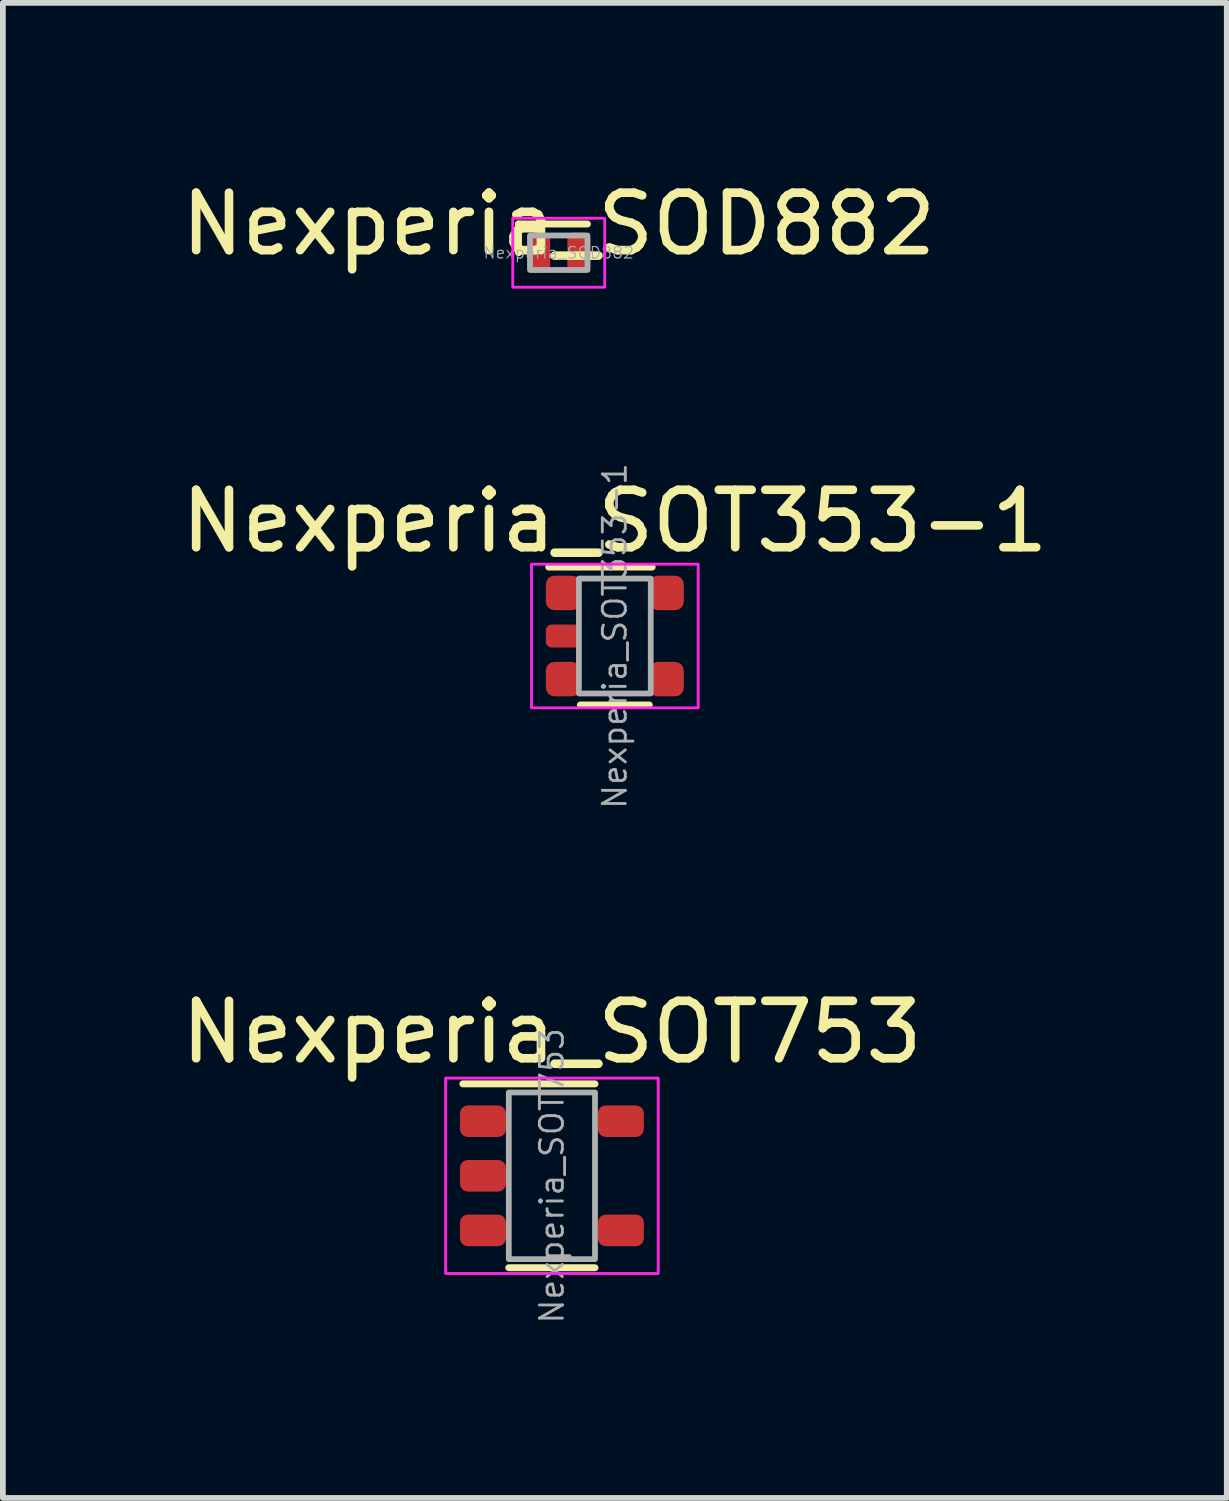
<source format=kicad_pcb>
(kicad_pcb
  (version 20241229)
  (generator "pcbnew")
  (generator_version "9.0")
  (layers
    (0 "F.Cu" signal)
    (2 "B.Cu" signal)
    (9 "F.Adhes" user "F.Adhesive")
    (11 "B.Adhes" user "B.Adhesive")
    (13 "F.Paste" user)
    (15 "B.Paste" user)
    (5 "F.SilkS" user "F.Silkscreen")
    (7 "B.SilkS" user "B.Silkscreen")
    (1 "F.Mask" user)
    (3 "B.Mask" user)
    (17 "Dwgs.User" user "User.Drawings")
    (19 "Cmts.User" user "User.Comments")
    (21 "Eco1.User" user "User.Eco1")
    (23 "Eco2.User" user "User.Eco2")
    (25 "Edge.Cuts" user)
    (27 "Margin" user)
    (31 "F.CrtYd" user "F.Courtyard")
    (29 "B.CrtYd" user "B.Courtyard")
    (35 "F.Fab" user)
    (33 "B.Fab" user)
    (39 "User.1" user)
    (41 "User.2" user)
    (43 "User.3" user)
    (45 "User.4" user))
  (footprint "Nexperia_SOT353-1"
    (layer "F.Cu")
    (at 7.649 8.018)
    (property "Reference" "Nexperia_SOT353-1" (at 0 -2 0) (unlocked yes) (layer "F.SilkS") (effects (font (size 1 1) (thickness 0.15))))
    (attr smd)
    (fp_line (start -0.6 1.2) (end 0.6 1.2) (stroke (width 0.12) (type solid)) (layer "F.SilkS"))
    (fp_line (start 0.65 -1.2) (end -1.15 -1.2) (stroke (width 0.12) (type solid)) (layer "F.SilkS"))
    (fp_rect (start -1.45 -1.25) (end 1.45 1.25) (stroke (width 0.05) (type solid)) (fill no) (layer "F.CrtYd"))
    (fp_rect (start -0.625 -1) (end 0.625 1) (stroke (width 0.1) (type solid)) (fill no) (layer "F.Fab"))
    (fp_text user "${REFERENCE}" (at 0 0 90) (unlocked yes) (layer "F.Fab") (effects (font (size 0.4 0.4) (thickness 0.05))))
    (pad "1" smd roundrect (at -0.9 -0.75 180) (size 0.6 0.6) (layers "F.Cu" "F.Mask" "F.Paste") (roundrect_rratio 0.25))
    (pad "2" smd roundrect (at -0.9 0 180) (size 0.6 0.4) (layers "F.Cu" "F.Mask" "F.Paste") (roundrect_rratio 0.25))
    (pad "3" smd roundrect (at -0.9 0.75 180) (size 0.6 0.6) (layers "F.Cu" "F.Mask" "F.Paste") (roundrect_rratio 0.25))
    (pad "4" smd roundrect (at 0.9 0.75 180) (size 0.6 0.6) (layers "F.Cu" "F.Mask" "F.Paste") (roundrect_rratio 0.25))
    (pad "5" smd roundrect (at 0.9 -0.75 180) (size 0.6 0.6) (layers "F.Cu" "F.Mask" "F.Paste") (roundrect_rratio 0.25)))
  (footprint "Nexperia_SOT753"
    (layer "F.Cu")
    (at 6.554 17.411)
    (property "Reference" "Nexperia_SOT753" (at 0 -2.5 0) (unlocked yes) (layer "F.SilkS") (effects (font (size 1 1) (thickness 0.15))))
    (attr smd)
    (fp_line (start 0.75 -1.6) (end -1.55 -1.6) (stroke (width 0.12) (type solid)) (layer "F.SilkS"))
    (fp_line (start 0.75 1.6) (end -0.75 1.6) (stroke (width 0.12) (type solid)) (layer "F.SilkS"))
    (fp_rect (start -1.85 -1.7) (end 1.85 1.7) (stroke (width 0.05) (type solid)) (fill no) (layer "F.CrtYd"))
    (fp_rect (start -0.75 1.45) (end 0.75 -1.45) (stroke (width 0.1) (type solid)) (fill no) (layer "F.Fab"))
    (fp_text user "${REFERENCE}" (at 0 0 90) (unlocked yes) (layer "F.Fab") (effects (font (size 0.4 0.4) (thickness 0.05))))
    (pad "1" smd roundrect (at -1.2 -0.95) (size 0.8 0.55) (layers "F.Cu" "F.Mask" "F.Paste") (roundrect_rratio 0.25))
    (pad "2" smd roundrect (at -1.2 0) (size 0.8 0.55) (layers "F.Cu" "F.Mask" "F.Paste") (roundrect_rratio 0.25))
    (pad "3" smd roundrect (at -1.2 0.95) (size 0.8 0.55) (layers "F.Cu" "F.Mask" "F.Paste") (roundrect_rratio 0.25))
    (pad "4" smd roundrect (at 1.2 0.95) (size 0.8 0.55) (layers "F.Cu" "F.Mask" "F.Paste") (roundrect_rratio 0.25))
    (pad "5" smd roundrect (at 1.2 -0.95) (size 0.8 0.55) (layers "F.Cu" "F.Mask" "F.Paste") (roundrect_rratio 0.25)))
  (footprint "Nexperia_SOD882"
    (layer "F.Cu")
    (at 6.673 1.348)
    (property "Reference" "Nexperia_SOD882" (at 0 -0.5 0) (unlocked yes) (layer "F.SilkS") (effects (font (size 1 1) (thickness 0.15))))
    (attr smd)
    (fp_line (start -0.7 -0.5) (end 0.5 -0.5) (stroke (width 0.12) (type solid)) (layer "F.SilkS"))
    (fp_line (start -0.7 0) (end -0.7 -0.5) (stroke (width 0.12) (type solid)) (layer "F.SilkS"))
    (fp_rect (start -0.8 -0.6) (end 0.8 0.6) (stroke (width 0.05) (type solid)) (fill no) (layer "F.CrtYd"))
    (fp_rect (start -0.5 -0.3) (end 0.5 0.3) (stroke (width 0.1) (type solid)) (fill no) (layer "F.Fab"))
    (fp_text user "${REFERENCE}" (at 0 0 0) (unlocked yes) (layer "F.Fab") (effects (font (size 0.2 0.2) (thickness 0.02))))
    (pad "1" smd roundrect (at -0.35 0 180) (size 0.4 0.7) (layers "F.Cu" "F.Mask" "F.Paste") (roundrect_rratio 0.25))
    (pad "2" smd roundrect (at 0.35 0 180) (size 0.4 0.7) (layers "F.Cu" "F.Mask" "F.Paste") (roundrect_rratio 0.25)))
  (gr_rect
    (start -3 -3)
    (end 18.298 23.017)
    (stroke (width 0.1) (type default))
    (fill no)
    (layer "Edge.Cuts")))
</source>
